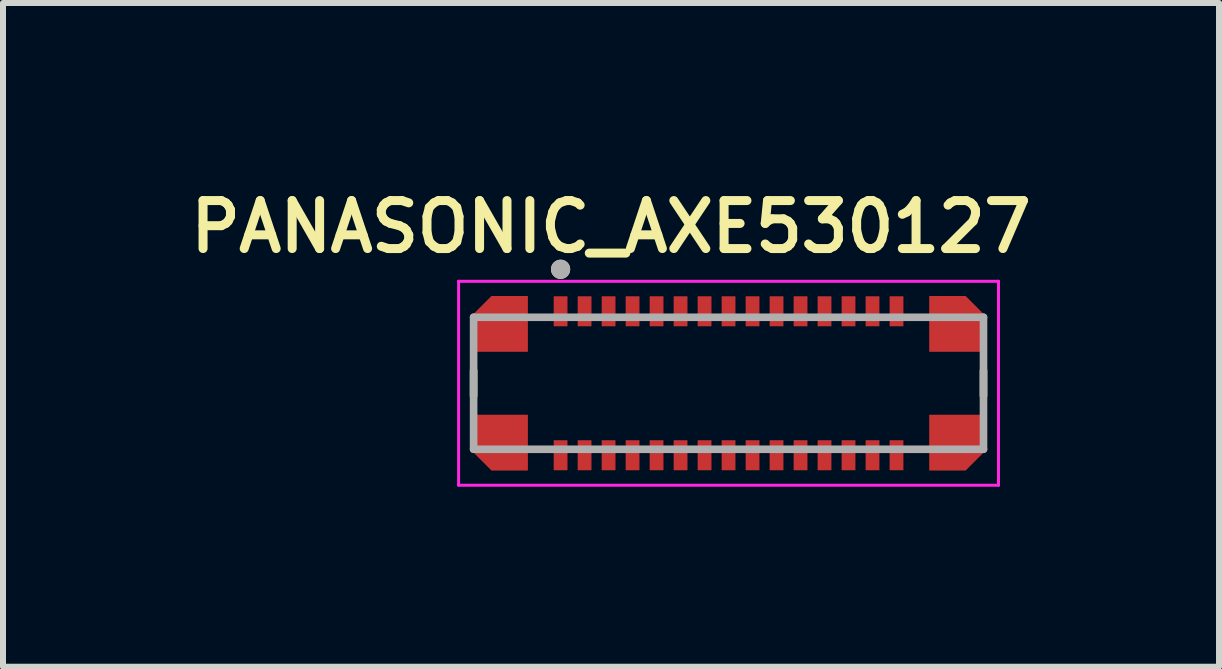
<source format=kicad_pcb>
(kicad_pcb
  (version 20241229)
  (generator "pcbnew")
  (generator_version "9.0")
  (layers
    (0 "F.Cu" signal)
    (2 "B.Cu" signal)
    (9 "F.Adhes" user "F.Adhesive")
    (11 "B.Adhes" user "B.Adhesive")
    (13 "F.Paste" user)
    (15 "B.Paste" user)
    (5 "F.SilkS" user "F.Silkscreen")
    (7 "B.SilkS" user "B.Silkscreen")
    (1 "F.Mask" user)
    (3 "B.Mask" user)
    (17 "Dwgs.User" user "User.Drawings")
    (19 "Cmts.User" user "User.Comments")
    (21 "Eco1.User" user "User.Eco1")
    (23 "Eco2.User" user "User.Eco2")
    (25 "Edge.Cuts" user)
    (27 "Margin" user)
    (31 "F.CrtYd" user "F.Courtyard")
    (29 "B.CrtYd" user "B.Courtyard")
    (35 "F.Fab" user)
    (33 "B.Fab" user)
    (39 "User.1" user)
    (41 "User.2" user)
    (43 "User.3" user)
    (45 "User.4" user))
  (footprint "PANASONIC_AXE530127"
    (layer "F.Cu")
    (at 9.095 3.339)
    (property "Reference" "PANASONIC_AXE530127" (at -1.96 -2.608 0) (layer "F.SilkS") (effects (font (size 0.8 0.8) (thickness 0.15))))
    (attr smd)
    (fp_poly (pts (xy -3.25 -1.55) (xy -3.25 -0.43) (xy -4.35 -0.43) (xy -4.35 -1.2) (xy -4 -1.55)) (stroke (width 0.01) (type solid)) (fill yes) (layer "F.Mask"))
    (fp_poly (pts (xy -3.25 1.55) (xy -3.25 0.43) (xy -4.35 0.43) (xy -4.35 1.2) (xy -4 1.55)) (stroke (width 0.01) (type solid)) (fill yes) (layer "F.Mask"))
    (fp_poly (pts (xy 3.25 -1.55) (xy 3.25 -0.43) (xy 4.35 -0.43) (xy 4.35 -1.2) (xy 4 -1.55)) (stroke (width 0.01) (type solid)) (fill yes) (layer "F.Mask"))
    (fp_poly (pts (xy 3.25 1.55) (xy 3.25 0.43) (xy 4.35 0.43) (xy 4.35 1.2) (xy 4 1.55)) (stroke (width 0.01) (type solid)) (fill yes) (layer "F.Mask"))
    (fp_line (start -4.25 -0.21) (end -4.25 0.21) (stroke (width 0.127) (type solid)) (layer "F.SilkS"))
    (fp_line (start 4.25 -0.21) (end 4.25 0.21) (stroke (width 0.127) (type solid)) (layer "F.SilkS"))
    (fp_circle (center -2.8 -1.9) (end -2.72 -1.9) (stroke (width 0.16) (type solid)) (fill no) (layer "F.SilkS"))
    (fp_poly (pts (xy -2.9 -1.4) (xy -2.7 -1.4) (xy -2.7 -1) (xy -2.9 -1)) (stroke (width 0.01) (type solid)) (fill yes) (layer "F.Paste"))
    (fp_poly (pts (xy -2.9 1) (xy -2.7 1) (xy -2.7 1.4) (xy -2.9 1.4)) (stroke (width 0.01) (type solid)) (fill yes) (layer "F.Paste"))
    (fp_poly (pts (xy -2.5 -1.4) (xy -2.3 -1.4) (xy -2.3 -1) (xy -2.5 -1)) (stroke (width 0.01) (type solid)) (fill yes) (layer "F.Paste"))
    (fp_poly (pts (xy -2.5 1) (xy -2.3 1) (xy -2.3 1.4) (xy -2.5 1.4)) (stroke (width 0.01) (type solid)) (fill yes) (layer "F.Paste"))
    (fp_poly (pts (xy -2.1 -1.4) (xy -1.9 -1.4) (xy -1.9 -1) (xy -2.1 -1)) (stroke (width 0.01) (type solid)) (fill yes) (layer "F.Paste"))
    (fp_poly (pts (xy -2.1 1) (xy -1.9 1) (xy -1.9 1.4) (xy -2.1 1.4)) (stroke (width 0.01) (type solid)) (fill yes) (layer "F.Paste"))
    (fp_poly (pts (xy -1.7 -1.4) (xy -1.5 -1.4) (xy -1.5 -1) (xy -1.7 -1)) (stroke (width 0.01) (type solid)) (fill yes) (layer "F.Paste"))
    (fp_poly (pts (xy -1.7 1) (xy -1.5 1) (xy -1.5 1.4) (xy -1.7 1.4)) (stroke (width 0.01) (type solid)) (fill yes) (layer "F.Paste"))
    (fp_poly (pts (xy -1.3 -1.4) (xy -1.1 -1.4) (xy -1.1 -1) (xy -1.3 -1)) (stroke (width 0.01) (type solid)) (fill yes) (layer "F.Paste"))
    (fp_poly (pts (xy -1.3 1) (xy -1.1 1) (xy -1.1 1.4) (xy -1.3 1.4)) (stroke (width 0.01) (type solid)) (fill yes) (layer "F.Paste"))
    (fp_poly (pts (xy -0.9 -1.4) (xy -0.7 -1.4) (xy -0.7 -1) (xy -0.9 -1)) (stroke (width 0.01) (type solid)) (fill yes) (layer "F.Paste"))
    (fp_poly (pts (xy -0.9 1) (xy -0.7 1) (xy -0.7 1.4) (xy -0.9 1.4)) (stroke (width 0.01) (type solid)) (fill yes) (layer "F.Paste"))
    (fp_poly (pts (xy -0.5 -1.4) (xy -0.3 -1.4) (xy -0.3 -1) (xy -0.5 -1)) (stroke (width 0.01) (type solid)) (fill yes) (layer "F.Paste"))
    (fp_poly (pts (xy -0.5 1) (xy -0.3 1) (xy -0.3 1.4) (xy -0.5 1.4)) (stroke (width 0.01) (type solid)) (fill yes) (layer "F.Paste"))
    (fp_poly (pts (xy -0.1 -1.4) (xy 0.1 -1.4) (xy 0.1 -1) (xy -0.1 -1)) (stroke (width 0.01) (type solid)) (fill yes) (layer "F.Paste"))
    (fp_poly (pts (xy -0.1 1) (xy 0.1 1) (xy 0.1 1.4) (xy -0.1 1.4)) (stroke (width 0.01) (type solid)) (fill yes) (layer "F.Paste"))
    (fp_poly (pts (xy 0.3 -1.4) (xy 0.5 -1.4) (xy 0.5 -1) (xy 0.3 -1)) (stroke (width 0.01) (type solid)) (fill yes) (layer "F.Paste"))
    (fp_poly (pts (xy 0.3 1) (xy 0.5 1) (xy 0.5 1.4) (xy 0.3 1.4)) (stroke (width 0.01) (type solid)) (fill yes) (layer "F.Paste"))
    (fp_poly (pts (xy 0.7 -1.4) (xy 0.9 -1.4) (xy 0.9 -1) (xy 0.7 -1)) (stroke (width 0.01) (type solid)) (fill yes) (layer "F.Paste"))
    (fp_poly (pts (xy 0.7 1) (xy 0.9 1) (xy 0.9 1.4) (xy 0.7 1.4)) (stroke (width 0.01) (type solid)) (fill yes) (layer "F.Paste"))
    (fp_poly (pts (xy 1.1 -1.4) (xy 1.3 -1.4) (xy 1.3 -1) (xy 1.1 -1)) (stroke (width 0.01) (type solid)) (fill yes) (layer "F.Paste"))
    (fp_poly (pts (xy 1.1 1) (xy 1.3 1) (xy 1.3 1.4) (xy 1.1 1.4)) (stroke (width 0.01) (type solid)) (fill yes) (layer "F.Paste"))
    (fp_poly (pts (xy 1.5 -1.4) (xy 1.7 -1.4) (xy 1.7 -1) (xy 1.5 -1)) (stroke (width 0.01) (type solid)) (fill yes) (layer "F.Paste"))
    (fp_poly (pts (xy 1.5 1) (xy 1.7 1) (xy 1.7 1.4) (xy 1.5 1.4)) (stroke (width 0.01) (type solid)) (fill yes) (layer "F.Paste"))
    (fp_poly (pts (xy 1.9 -1.4) (xy 2.1 -1.4) (xy 2.1 -1) (xy 1.9 -1)) (stroke (width 0.01) (type solid)) (fill yes) (layer "F.Paste"))
    (fp_poly (pts (xy 1.9 1) (xy 2.1 1) (xy 2.1 1.4) (xy 1.9 1.4)) (stroke (width 0.01) (type solid)) (fill yes) (layer "F.Paste"))
    (fp_poly (pts (xy 2.3 -1.4) (xy 2.5 -1.4) (xy 2.5 -1) (xy 2.3 -1)) (stroke (width 0.01) (type solid)) (fill yes) (layer "F.Paste"))
    (fp_poly (pts (xy 2.3 1) (xy 2.5 1) (xy 2.5 1.4) (xy 2.3 1.4)) (stroke (width 0.01) (type solid)) (fill yes) (layer "F.Paste"))
    (fp_poly (pts (xy 2.7 -1.4) (xy 2.9 -1.4) (xy 2.9 -1) (xy 2.7 -1)) (stroke (width 0.01) (type solid)) (fill yes) (layer "F.Paste"))
    (fp_poly (pts (xy 2.7 1) (xy 2.9 1) (xy 2.9 1.4) (xy 2.7 1.4)) (stroke (width 0.01) (type solid)) (fill yes) (layer "F.Paste"))
    (fp_poly (pts (xy -3.35 -1.45) (xy -3.35 -0.8) (xy -4.25 -0.8) (xy -4.25 -1.15) (xy -3.95 -1.45)) (stroke (width 0.01) (type solid)) (fill yes) (layer "F.Paste"))
    (fp_poly (pts (xy -3.35 1.45) (xy -3.35 0.8) (xy -4.25 0.8) (xy -4.25 1.15) (xy -3.95 1.45)) (stroke (width 0.01) (type solid)) (fill yes) (layer "F.Paste"))
    (fp_poly (pts (xy 3.35 -1.45) (xy 3.35 -0.8) (xy 4.25 -0.8) (xy 4.25 -1.15) (xy 3.95 -1.45)) (stroke (width 0.01) (type solid)) (fill yes) (layer "F.Paste"))
    (fp_poly (pts (xy 3.35 1.45) (xy 3.35 0.8) (xy 4.25 0.8) (xy 4.25 1.15) (xy 3.95 1.45)) (stroke (width 0.01) (type solid)) (fill yes) (layer "F.Paste"))
    (fp_line (start -4.5 -1.7) (end 4.5 -1.7) (stroke (width 0.05) (type solid)) (layer "F.CrtYd"))
    (fp_line (start -4.5 1.7) (end -4.5 -1.7) (stroke (width 0.05) (type solid)) (layer "F.CrtYd"))
    (fp_line (start 4.5 -1.7) (end 4.5 1.7) (stroke (width 0.05) (type solid)) (layer "F.CrtYd"))
    (fp_line (start 4.5 1.7) (end -4.5 1.7) (stroke (width 0.05) (type solid)) (layer "F.CrtYd"))
    (fp_line (start -4.25 -1.1) (end 4.25 -1.1) (stroke (width 0.127) (type solid)) (layer "F.Fab"))
    (fp_line (start -4.25 1.1) (end -4.25 -1.1) (stroke (width 0.127) (type solid)) (layer "F.Fab"))
    (fp_line (start 4.25 -1.1) (end 4.25 1.1) (stroke (width 0.127) (type solid)) (layer "F.Fab"))
    (fp_line (start 4.25 1.1) (end -4.25 1.1) (stroke (width 0.127) (type solid)) (layer "F.Fab"))
    (fp_circle (center -2.8 -1.9) (end -2.72 -1.9) (stroke (width 0.16) (type solid)) (fill no) (layer "F.Fab"))
    (pad "1" smd rect (at -2.8 -1.2) (size 0.23 0.5) (layers "F.Cu" "F.Mask"))
    (pad "2" smd rect (at -2.8 1.2) (size 0.23 0.5) (layers "F.Cu" "F.Mask"))
    (pad "3" smd rect (at -2.4 -1.2) (size 0.23 0.5) (layers "F.Cu" "F.Mask"))
    (pad "4" smd rect (at -2.4 1.2) (size 0.23 0.5) (layers "F.Cu" "F.Mask"))
    (pad "5" smd rect (at -2 -1.2) (size 0.23 0.5) (layers "F.Cu" "F.Mask"))
    (pad "6" smd rect (at -2 1.2) (size 0.23 0.5) (layers "F.Cu" "F.Mask"))
    (pad "7" smd rect (at -1.6 -1.2) (size 0.23 0.5) (layers "F.Cu" "F.Mask"))
    (pad "8" smd rect (at -1.6 1.2) (size 0.23 0.5) (layers "F.Cu" "F.Mask"))
    (pad "9" smd rect (at -1.2 -1.2) (size 0.23 0.5) (layers "F.Cu" "F.Mask"))
    (pad "10" smd rect (at -1.2 1.2) (size 0.23 0.5) (layers "F.Cu" "F.Mask"))
    (pad "11" smd rect (at -0.8 -1.2) (size 0.23 0.5) (layers "F.Cu" "F.Mask"))
    (pad "12" smd rect (at -0.8 1.2) (size 0.23 0.5) (layers "F.Cu" "F.Mask"))
    (pad "13" smd rect (at -0.4 -1.2) (size 0.23 0.5) (layers "F.Cu" "F.Mask"))
    (pad "14" smd rect (at -0.4 1.2) (size 0.23 0.5) (layers "F.Cu" "F.Mask"))
    (pad "15" smd rect (at 0 -1.2) (size 0.23 0.5) (layers "F.Cu" "F.Mask"))
    (pad "16" smd rect (at 0 1.2) (size 0.23 0.5) (layers "F.Cu" "F.Mask"))
    (pad "17" smd rect (at 0.4 -1.2) (size 0.23 0.5) (layers "F.Cu" "F.Mask"))
    (pad "18" smd rect (at 0.4 1.2) (size 0.23 0.5) (layers "F.Cu" "F.Mask"))
    (pad "19" smd rect (at 0.8 -1.2) (size 0.23 0.5) (layers "F.Cu" "F.Mask"))
    (pad "20" smd rect (at 0.8 1.2) (size 0.23 0.5) (layers "F.Cu" "F.Mask"))
    (pad "21" smd rect (at 1.2 -1.2) (size 0.23 0.5) (layers "F.Cu" "F.Mask"))
    (pad "22" smd rect (at 1.2 1.2) (size 0.23 0.5) (layers "F.Cu" "F.Mask"))
    (pad "23" smd rect (at 1.6 -1.2) (size 0.23 0.5) (layers "F.Cu" "F.Mask"))
    (pad "24" smd rect (at 1.6 1.2) (size 0.23 0.5) (layers "F.Cu" "F.Mask"))
    (pad "25" smd rect (at 2 -1.2) (size 0.23 0.5) (layers "F.Cu" "F.Mask"))
    (pad "26" smd rect (at 2 1.2) (size 0.23 0.5) (layers "F.Cu" "F.Mask"))
    (pad "27" smd rect (at 2.4 -1.2) (size 0.23 0.5) (layers "F.Cu" "F.Mask"))
    (pad "28" smd rect (at 2.4 1.2) (size 0.23 0.5) (layers "F.Cu" "F.Mask"))
    (pad "29" smd rect (at 2.8 -1.2) (size 0.23 0.5) (layers "F.Cu" "F.Mask"))
    (pad "30" smd rect (at 2.8 1.2) (size 0.23 0.5) (layers "F.Cu" "F.Mask"))
    (pad "S1" smd custom (at -3.8 -0.99) (size 0.5 0.5) (layers "F.Cu") (options (anchor rect)) (primitives (gr_poly (pts (xy 0.45 -0.46) (xy 0.45 0.46) (xy -0.45 0.46) (xy -0.45 -0.16) (xy -0.15 -0.46)) (width 0.01) (fill yes))))
    (pad "S2" smd custom (at -3.8 0.99) (size 0.5 0.5) (layers "F.Cu") (options (anchor rect)) (primitives (gr_poly (pts (xy 0.45 0.46) (xy 0.45 -0.46) (xy -0.45 -0.46) (xy -0.45 0.16) (xy -0.15 0.46)) (width 0.01) (fill yes))))
    (pad "S3" smd custom (at 3.8 -0.99) (size 0.5 0.5) (layers "F.Cu") (options (anchor rect)) (primitives (gr_poly (pts (xy -0.45 -0.46) (xy -0.45 0.46) (xy 0.45 0.46) (xy 0.45 -0.16) (xy 0.15 -0.46)) (width 0.01) (fill yes))))
    (pad "S4" smd custom (at 3.8 0.99) (size 0.5 0.5) (layers "F.Cu") (options (anchor rect)) (primitives (gr_poly (pts (xy -0.45 0.46) (xy -0.45 -0.46) (xy 0.45 -0.46) (xy 0.45 0.16) (xy 0.15 0.46)) (width 0.01) (fill yes))))
    (zone (net_name "") (layer "F.Cu") (hatch full 0.508) (connect_pads) (min_thickness 0.01) (filled_areas_thickness no) (keepout (tracks not_allowed) (vias not_allowed) (pads not_allowed) (copperpour not_allowed) (footprints allowed)) (placement (enabled no)) (fill) (polygon (pts (xy 6.18 2.389) (xy 12.01 2.389) (xy 12.01 3.239) (xy 6.18 3.239))))
    (zone (net_name "") (layer "F.Cu") (hatch full 0.508) (connect_pads) (min_thickness 0.01) (filled_areas_thickness no) (keepout (tracks not_allowed) (vias not_allowed) (pads not_allowed) (copperpour not_allowed) (footprints allowed)) (placement (enabled no)) (fill) (polygon (pts (xy 6.18 3.439) (xy 12.01 3.439) (xy 12.01 4.289) (xy 6.18 4.289))))
    (zone (net_name "") (layers "F.Cu" "B.Cu") (hatch full 0.508) (connect_pads) (min_thickness 0.01) (filled_areas_thickness no) (keepout (tracks allowed) (vias not_allowed) (pads allowed) (copperpour allowed) (footprints allowed)) (placement (enabled no)) (fill) (polygon (pts (xy 6.18 2.389) (xy 12.01 2.389) (xy 12.01 3.239) (xy 6.18 3.239))))
    (zone (net_name "") (layers "F.Cu" "B.Cu") (hatch full 0.508) (connect_pads) (min_thickness 0.01) (filled_areas_thickness no) (keepout (tracks allowed) (vias not_allowed) (pads allowed) (copperpour allowed) (footprints allowed)) (placement (enabled no)) (fill) (polygon (pts (xy 6.18 3.439) (xy 12.01 3.439) (xy 12.01 4.289) (xy 6.18 4.289)))))
  (gr_rect
    (start -3 -3)
    (end 17.271 8.064)
    (stroke (width 0.1) (type default))
    (fill no)
    (layer "Edge.Cuts")))
</source>
